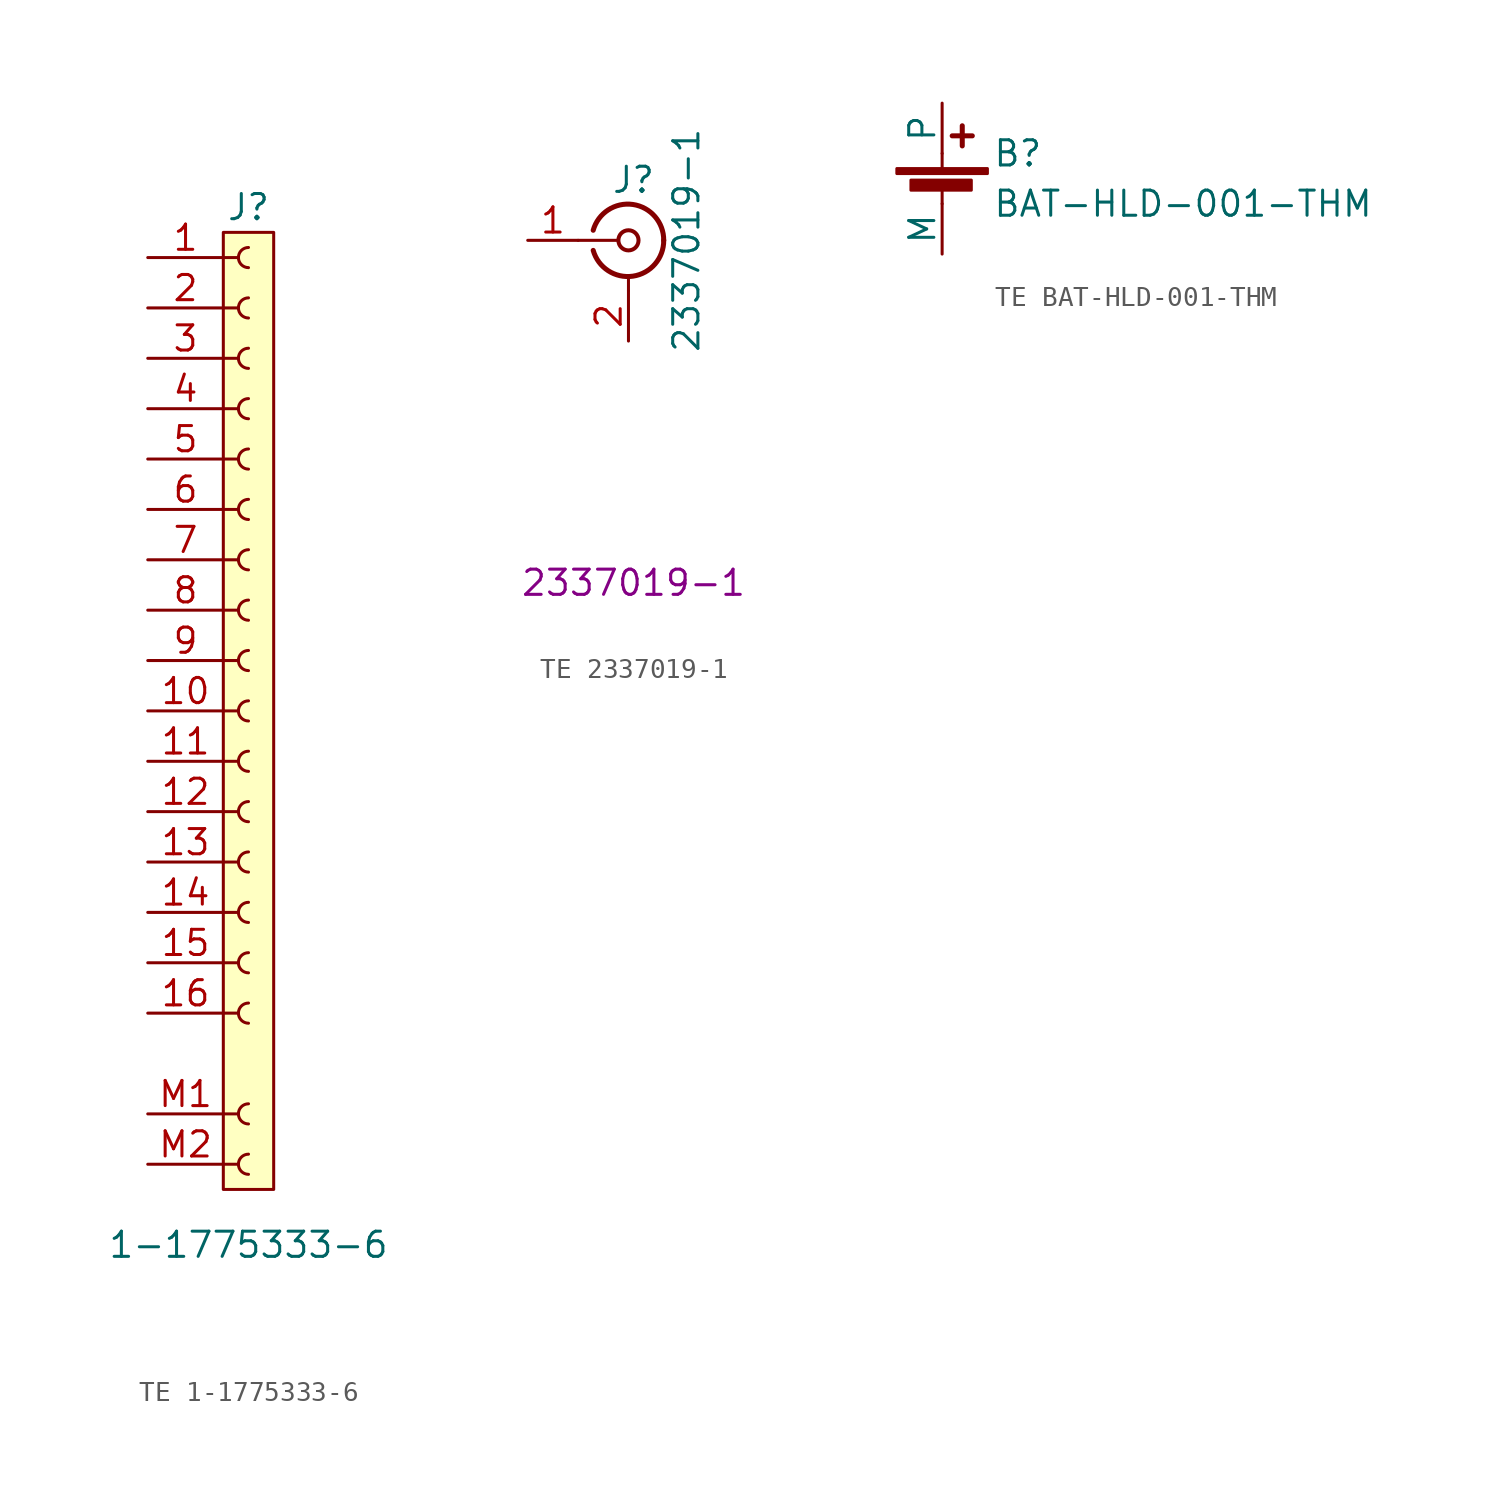
<source format=kicad_sym>
(kicad_symbol_lib
  (version 20241209)
  (generator "kicad_symbol_editor")
  (generator_version "9.0")
  (symbol "TE 1-1775333-6"
    (pin_names
      (offset 1.016)
      (hide yes))
    (property "Reference" "J"
      (at 0 20.32 0)
      (effects (font (size 1.27 1.27))))
    (property "Value" "1-1775333-6"
      (at 0 -32.004 0)
      (effects (font (size 1.27 1.27))))
    (symbol "TE 1-1775333-6_1_1"
      (rectangle (start -1.27 19.05) (end 1.27 -29.21) (stroke (width 0) (type default)) (fill (type background)))
      (polyline (pts (xy -1.27 17.78) (xy -0.508 17.78)) (stroke (width 0.152) (type default)) (fill (type none)))
      (polyline (pts (xy -1.27 15.24) (xy -0.508 15.24)) (stroke (width 0.152) (type default)) (fill (type none)))
      (polyline (pts (xy -1.27 12.7) (xy -0.508 12.7)) (stroke (width 0.152) (type default)) (fill (type none)))
      (polyline (pts (xy -1.27 10.16) (xy -0.508 10.16)) (stroke (width 0.152) (type default)) (fill (type none)))
      (polyline (pts (xy -1.27 7.62) (xy -0.508 7.62)) (stroke (width 0.152) (type default)) (fill (type none)))
      (polyline (pts (xy -1.27 5.08) (xy -0.508 5.08)) (stroke (width 0.152) (type default)) (fill (type none)))
      (polyline (pts (xy -1.27 2.54) (xy -0.508 2.54)) (stroke (width 0.152) (type default)) (fill (type none)))
      (polyline (pts (xy -1.27 0) (xy -0.508 0)) (stroke (width 0.152) (type default)) (fill (type none)))
      (polyline (pts (xy -1.27 -2.54) (xy -0.508 -2.54)) (stroke (width 0.152) (type default)) (fill (type none)))
      (polyline (pts (xy -1.27 -5.08) (xy -0.508 -5.08)) (stroke (width 0.152) (type default)) (fill (type none)))
      (polyline (pts (xy -1.27 -7.62) (xy -0.508 -7.62)) (stroke (width 0.152) (type default)) (fill (type none)))
      (polyline (pts (xy -1.27 -10.16) (xy -0.508 -10.16)) (stroke (width 0.152) (type default)) (fill (type none)))
      (polyline (pts (xy -1.27 -12.7) (xy -0.508 -12.7)) (stroke (width 0.152) (type default)) (fill (type none)))
      (polyline (pts (xy -1.27 -15.24) (xy -0.508 -15.24)) (stroke (width 0.152) (type default)) (fill (type none)))
      (polyline (pts (xy -1.27 -17.78) (xy -0.508 -17.78)) (stroke (width 0.152) (type default)) (fill (type none)))
      (polyline (pts (xy -1.27 -20.32) (xy -0.508 -20.32)) (stroke (width 0.152) (type default)) (fill (type none)))
      (polyline (pts (xy -1.27 -25.4) (xy -0.508 -25.4)) (stroke (width 0.152) (type default)) (fill (type none)))
      (polyline (pts (xy -1.27 -27.94) (xy -0.508 -27.94)) (stroke (width 0.152) (type default)) (fill (type none)))
      (arc (start 0 17.272) (mid -0.5058 17.78) (end 0 18.288) (stroke (width 0.1524) (type default)) (fill (type none)))
      (arc (start 0 14.732) (mid -0.5058 15.24) (end 0 15.748) (stroke (width 0.1524) (type default)) (fill (type none)))
      (arc (start 0 12.192) (mid -0.5058 12.7) (end 0 13.208) (stroke (width 0.1524) (type default)) (fill (type none)))
      (arc (start 0 9.652) (mid -0.5058 10.16) (end 0 10.668) (stroke (width 0.1524) (type default)) (fill (type none)))
      (arc (start 0 7.112) (mid -0.5058 7.62) (end 0 8.128) (stroke (width 0.1524) (type default)) (fill (type none)))
      (arc (start 0 4.572) (mid -0.5058 5.08) (end 0 5.588) (stroke (width 0.1524) (type default)) (fill (type none)))
      (arc (start 0 2.032) (mid -0.5058 2.54) (end 0 3.048) (stroke (width 0.1524) (type default)) (fill (type none)))
      (arc (start 0 -0.508) (mid -0.5058 0) (end 0 0.508) (stroke (width 0.1524) (type default)) (fill (type none)))
      (arc (start 0 -3.048) (mid -0.5058 -2.54) (end 0 -2.032) (stroke (width 0.1524) (type default)) (fill (type none)))
      (arc (start 0 -5.588) (mid -0.5058 -5.08) (end 0 -4.572) (stroke (width 0.1524) (type default)) (fill (type none)))
      (arc (start 0 -8.128) (mid -0.5058 -7.62) (end 0 -7.112) (stroke (width 0.1524) (type default)) (fill (type none)))
      (arc (start 0 -10.668) (mid -0.5058 -10.16) (end 0 -9.652) (stroke (width 0.1524) (type default)) (fill (type none)))
      (arc (start 0 -13.208) (mid -0.5058 -12.7) (end 0 -12.192) (stroke (width 0.1524) (type default)) (fill (type none)))
      (arc (start 0 -15.748) (mid -0.5058 -15.24) (end 0 -14.732) (stroke (width 0.1524) (type default)) (fill (type none)))
      (arc (start 0 -18.288) (mid -0.5058 -17.78) (end 0 -17.272) (stroke (width 0.1524) (type default)) (fill (type none)))
      (arc (start 0 -20.828) (mid -0.5058 -20.32) (end 0 -19.812) (stroke (width 0.1524) (type default)) (fill (type none)))
      (arc (start 0 -25.908) (mid -0.5058 -25.4) (end 0 -24.892) (stroke (width 0.1524) (type default)) (fill (type none)))
      (arc (start 0 -28.448) (mid -0.5058 -27.94) (end 0 -27.432) (stroke (width 0.1524) (type default)) (fill (type none)))
      (pin passive line (at -5.08 17.78 0) (length 3.81) (name "Pin_1" (effects (font (size 1.27 1.27)))) (number "1" (effects (font (size 1.27 1.27)))))
      (pin passive line (at -5.08 15.24 0) (length 3.81) (name "Pin_2" (effects (font (size 1.27 1.27)))) (number "2" (effects (font (size 1.27 1.27)))))
      (pin passive line (at -5.08 12.7 0) (length 3.81) (name "Pin_3" (effects (font (size 1.27 1.27)))) (number "3" (effects (font (size 1.27 1.27)))))
      (pin passive line (at -5.08 10.16 0) (length 3.81) (name "Pin_4" (effects (font (size 1.27 1.27)))) (number "4" (effects (font (size 1.27 1.27)))))
      (pin passive line (at -5.08 7.62 0) (length 3.81) (name "Pin_5" (effects (font (size 1.27 1.27)))) (number "5" (effects (font (size 1.27 1.27)))))
      (pin passive line (at -5.08 5.08 0) (length 3.81) (name "Pin_6" (effects (font (size 1.27 1.27)))) (number "6" (effects (font (size 1.27 1.27)))))
      (pin passive line (at -5.08 2.54 0) (length 3.81) (name "Pin_7" (effects (font (size 1.27 1.27)))) (number "7" (effects (font (size 1.27 1.27)))))
      (pin passive line (at -5.08 0 0) (length 3.81) (name "Pin_8" (effects (font (size 1.27 1.27)))) (number "8" (effects (font (size 1.27 1.27)))))
      (pin passive line (at -5.08 -2.54 0) (length 3.81) (name "Pin_9" (effects (font (size 1.27 1.27)))) (number "9" (effects (font (size 1.27 1.27)))))
      (pin passive line (at -5.08 -5.08 0) (length 3.81) (name "Pin_10" (effects (font (size 1.27 1.27)))) (number "10" (effects (font (size 1.27 1.27)))))
      (pin passive line (at -5.08 -7.62 0) (length 3.81) (name "Pin_11" (effects (font (size 1.27 1.27)))) (number "11" (effects (font (size 1.27 1.27)))))
      (pin passive line (at -5.08 -10.16 0) (length 3.81) (name "Pin_12" (effects (font (size 1.27 1.27)))) (number "12" (effects (font (size 1.27 1.27)))))
      (pin passive line (at -5.08 -12.7 0) (length 3.81) (name "Pin_13" (effects (font (size 1.27 1.27)))) (number "13" (effects (font (size 1.27 1.27)))))
      (pin passive line (at -5.08 -15.24 0) (length 3.81) (name "Pin_14" (effects (font (size 1.27 1.27)))) (number "14" (effects (font (size 1.27 1.27)))))
      (pin passive line (at -5.08 -17.78 0) (length 3.81) (name "Pin_15" (effects (font (size 1.27 1.27)))) (number "15" (effects (font (size 1.27 1.27)))))
      (pin passive line (at -5.08 -20.32 0) (length 3.81) (name "Pin_16" (effects (font (size 1.27 1.27)))) (number "16" (effects (font (size 1.27 1.27)))))
      (pin passive line (at -5.08 -25.4 0) (length 3.81) (name "M1" (effects (font (size 1.27 1.27)))) (number "M1" (effects (font (size 1.27 1.27)))))
      (pin passive line (at -5.08 -27.94 0) (length 3.81) (name "M2" (effects (font (size 1.27 1.27)))) (number "M2" (effects (font (size 1.27 1.27)))))))
  (symbol "TE 2337019-1"
    (pin_names
      (offset 1.016)
      (hide yes))
    (property "Reference" "J"
      (at 0.254 3.048 0)
      (effects (font (size 1.27 1.27))))
    (property "Value" "2337019-1"
      (at 2.921 0 90)
      (effects (font (size 1.27 1.27))))
    (property "Mpn1" "2337019-1"
      (at 0.254 -17.272 0)
      (effects (font (size 1.27 1.27))))
    (symbol "TE 2337019-1_0_1"
      (polyline (pts (xy -2.54 0) (xy -0.508 0)) (stroke (width 0) (type default)) (fill (type none)))
      (arc (start 1.778 0) (mid 0.222 -1.8079) (end -1.778 -0.508) (stroke (width 0.254) (type default)) (fill (type none)))
      (arc (start -1.778 0.508) (mid 0.2221 1.8084) (end 1.778 0) (stroke (width 0.254) (type default)) (fill (type none)))
      (circle (center 0 0) (radius 0.508) (stroke (width 0.203) (type default)) (fill (type none)))
      (polyline (pts (xy 0 -2.54) (xy 0 -1.778)) (stroke (width 0) (type default)) (fill (type none))))
    (symbol "TE 2337019-1_1_1"
      (pin passive line (at -5.08 0 0) (length 2.54) (name "In" (effects (font (size 1.27 1.27)))) (number "1" (effects (font (size 1.27 1.27)))))
      (pin passive line (at 0 -5.08 90) (length 2.54) (name "Ext" (effects (font (size 1.27 1.27)))) (number "2" (effects (font (size 1.27 1.27)))))))
  (symbol "TE BAT-HLD-001-THM"
    (pin_numbers
      (hide yes))
    (pin_names
      (offset 0))
    (property "Reference" "B"
      (at 2.54 2.54 0)
      (effects (font (size 1.27 1.27)) (justify left)))
    (property "Value" "BAT-HLD-001-THM"
      (at 2.54 0 0)
      (effects (font (size 1.27 1.27)) (justify left)))
    (symbol "TE BAT-HLD-001-THM_0_1"
      (rectangle (start -2.286 1.778) (end 2.286 1.524) (stroke (width 0) (type default)) (fill (type outline)))
      (rectangle (start -1.575 1.194) (end 1.473 0.686) (stroke (width 0) (type default)) (fill (type outline)))
      (polyline (pts (xy 0 1.778) (xy 0 2.54)) (stroke (width 0) (type default)) (fill (type none)))
      (polyline (pts (xy 0 0.762) (xy 0 0)) (stroke (width 0) (type default)) (fill (type none)))
      (polyline (pts (xy 0.508 3.429) (xy 1.524 3.429)) (stroke (width 0.254) (type default)) (fill (type none)))
      (polyline (pts (xy 1.016 3.937) (xy 1.016 2.921)) (stroke (width 0.254) (type default)) (fill (type none))))
    (symbol "TE BAT-HLD-001-THM_1_1"
      (pin passive line (at 0 5.08 270) (length 2.54) (name "P" (effects (font (size 1.27 1.27)))) (number "P" (effects (font (size 1.27 1.27)))))
      (pin passive line (at 0 -2.54 90) (length 2.54) (name "M" (effects (font (size 1.27 1.27)))) (number "M" (effects (font (size 1.27 1.27))))))))
</source>
